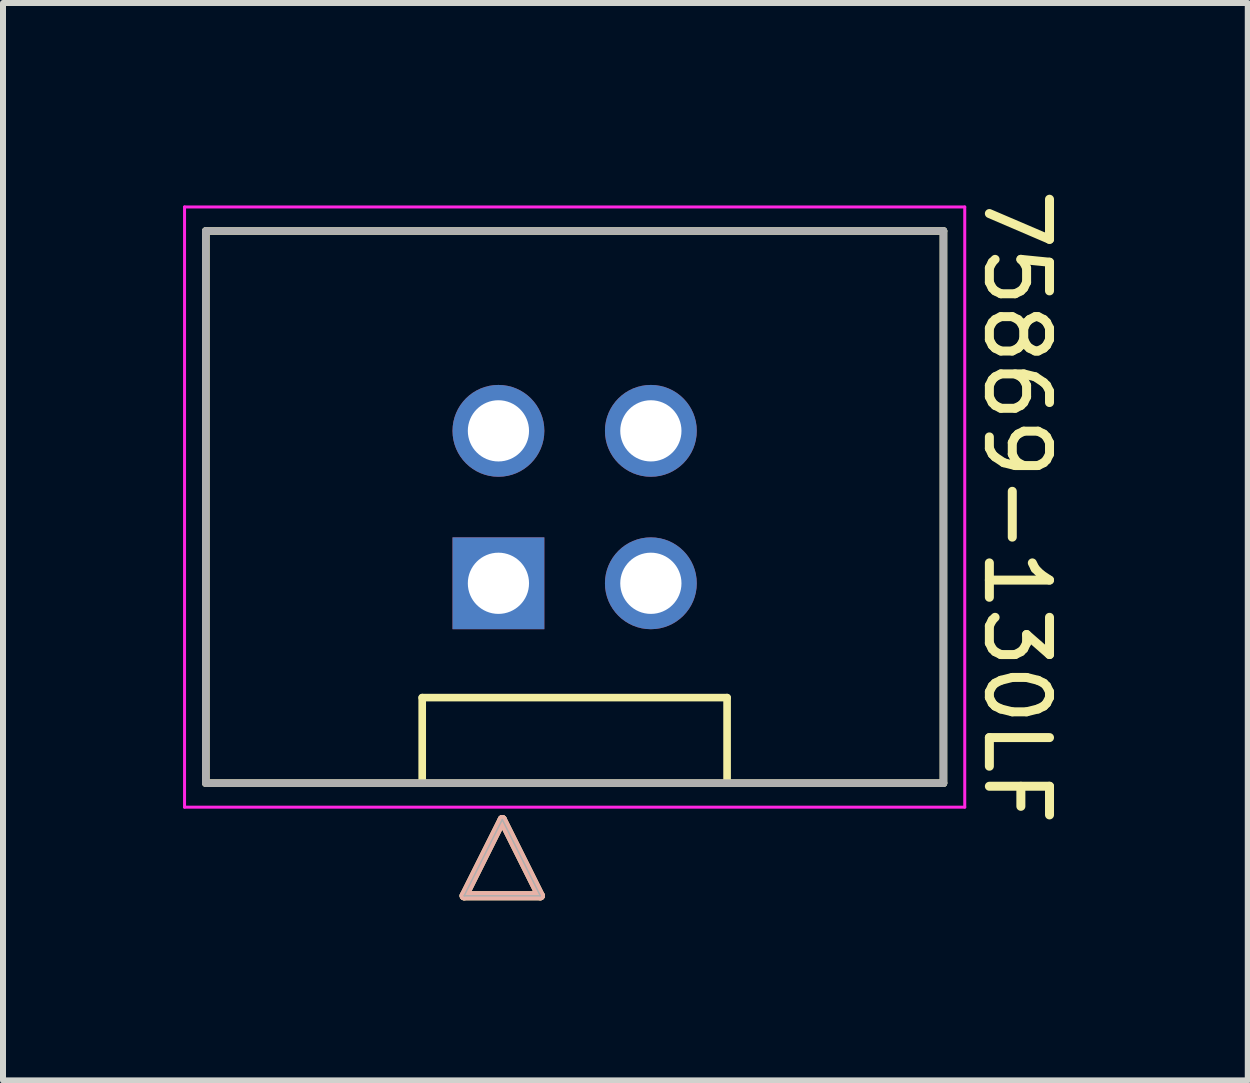
<source format=kicad_pcb>
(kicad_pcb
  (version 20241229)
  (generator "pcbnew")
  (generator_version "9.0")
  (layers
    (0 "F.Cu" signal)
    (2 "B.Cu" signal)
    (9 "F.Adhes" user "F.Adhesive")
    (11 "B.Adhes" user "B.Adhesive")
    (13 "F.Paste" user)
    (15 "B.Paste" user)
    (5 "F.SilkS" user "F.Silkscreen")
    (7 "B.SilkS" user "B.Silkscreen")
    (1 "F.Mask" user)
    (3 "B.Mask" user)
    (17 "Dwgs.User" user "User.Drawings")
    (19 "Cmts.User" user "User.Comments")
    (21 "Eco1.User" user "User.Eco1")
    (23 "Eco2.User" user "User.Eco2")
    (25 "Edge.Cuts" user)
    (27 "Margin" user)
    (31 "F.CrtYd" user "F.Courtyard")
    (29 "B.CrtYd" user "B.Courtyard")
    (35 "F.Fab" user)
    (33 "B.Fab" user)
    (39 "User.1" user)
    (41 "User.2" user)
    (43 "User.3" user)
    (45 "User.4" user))
  (footprint "75869-130LF"
    (layer "F.Cu")
    (at 6.525 5.399)
    (property "Reference" "75869-130LF" (at 7.366 0 270) (unlocked yes) (layer "F.SilkS") (effects (font (size 1.002 1.002) (thickness 0.15))))
    (attr through_hole)
    (fp_line (start -6.145 -4.6) (end 6.145 -4.6) (stroke (width 0.127) (type solid)) (layer "F.SilkS"))
    (fp_line (start -6.145 4.6) (end -6.145 -4.6) (stroke (width 0.127) (type solid)) (layer "F.SilkS"))
    (fp_line (start -2.54 3.175) (end 2.54 3.175) (stroke (width 0.127) (type solid)) (layer "F.SilkS"))
    (fp_line (start -2.54 4.6) (end -6.145 4.6) (stroke (width 0.127) (type solid)) (layer "F.SilkS"))
    (fp_line (start -2.54 4.6) (end -2.54 3.175) (stroke (width 0.127) (type solid)) (layer "F.SilkS"))
    (fp_line (start -1.841 6.477) (end -1.206 5.207) (stroke (width 0.152) (type solid)) (layer "F.SilkS"))
    (fp_line (start -0.572 6.477) (end -1.841 6.477) (stroke (width 0.152) (type solid)) (layer "F.SilkS"))
    (fp_line (start -0.572 6.477) (end -1.206 5.207) (stroke (width 0.152) (type solid)) (layer "F.SilkS"))
    (fp_line (start 2.54 3.175) (end 2.54 4.6) (stroke (width 0.127) (type solid)) (layer "F.SilkS"))
    (fp_line (start 2.54 4.6) (end -2.54 4.6) (stroke (width 0.127) (type solid)) (layer "F.SilkS"))
    (fp_line (start 6.145 -4.6) (end 6.145 4.6) (stroke (width 0.127) (type solid)) (layer "F.SilkS"))
    (fp_line (start 6.145 4.6) (end 2.54 4.6) (stroke (width 0.127) (type solid)) (layer "F.SilkS"))
    (fp_line (start -1.841 6.477) (end -1.206 5.207) (stroke (width 0.152) (type solid)) (layer "B.SilkS"))
    (fp_line (start -0.572 6.477) (end -1.841 6.477) (stroke (width 0.152) (type solid)) (layer "B.SilkS"))
    (fp_line (start -0.572 6.477) (end -1.206 5.207) (stroke (width 0.152) (type solid)) (layer "B.SilkS"))
    (fp_line (start -6.5 -5) (end 6.5 -5) (stroke (width 0.05) (type solid)) (layer "F.CrtYd"))
    (fp_line (start -6.5 5) (end -6.5 -5) (stroke (width 0.05) (type solid)) (layer "F.CrtYd"))
    (fp_line (start 6.5 -5) (end 6.5 5) (stroke (width 0.05) (type solid)) (layer "F.CrtYd"))
    (fp_line (start 6.5 5) (end -6.5 5) (stroke (width 0.05) (type solid)) (layer "F.CrtYd"))
    (fp_line (start -6.145 -4.6) (end 6.145 -4.6) (stroke (width 0.127) (type solid)) (layer "F.Fab"))
    (fp_line (start -6.145 4.6) (end -6.145 -4.6) (stroke (width 0.127) (type solid)) (layer "F.Fab"))
    (fp_line (start -1.841 6.477) (end -1.206 5.207) (stroke (width 0.025) (type solid)) (layer "F.Fab"))
    (fp_line (start -0.572 6.477) (end -1.841 6.477) (stroke (width 0.025) (type solid)) (layer "F.Fab"))
    (fp_line (start -0.572 6.477) (end -1.206 5.207) (stroke (width 0.025) (type solid)) (layer "F.Fab"))
    (fp_line (start 6.145 -4.6) (end 6.145 4.6) (stroke (width 0.127) (type solid)) (layer "F.Fab"))
    (fp_line (start 6.145 4.6) (end -6.145 4.6) (stroke (width 0.127) (type solid)) (layer "F.Fab"))
    (pad "1" thru_hole rect (at -1.27 1.27) (size 1.53 1.53) (drill 1.02) (layers "*.Cu" "*.Mask"))
    (pad "2" thru_hole circle (at -1.27 -1.27) (size 1.53 1.53) (drill 1.02) (layers "*.Cu" "*.Mask"))
    (pad "3" thru_hole circle (at 1.27 1.27) (size 1.53 1.53) (drill 1.02) (layers "*.Cu" "*.Mask"))
    (pad "4" thru_hole circle (at 1.27 -1.27) (size 1.53 1.53) (drill 1.02) (layers "*.Cu" "*.Mask")))
  (gr_rect
    (start -3 -3)
    (end 17.741 14.952)
    (stroke (width 0.1) (type default))
    (fill no)
    (layer "Edge.Cuts")))
</source>
